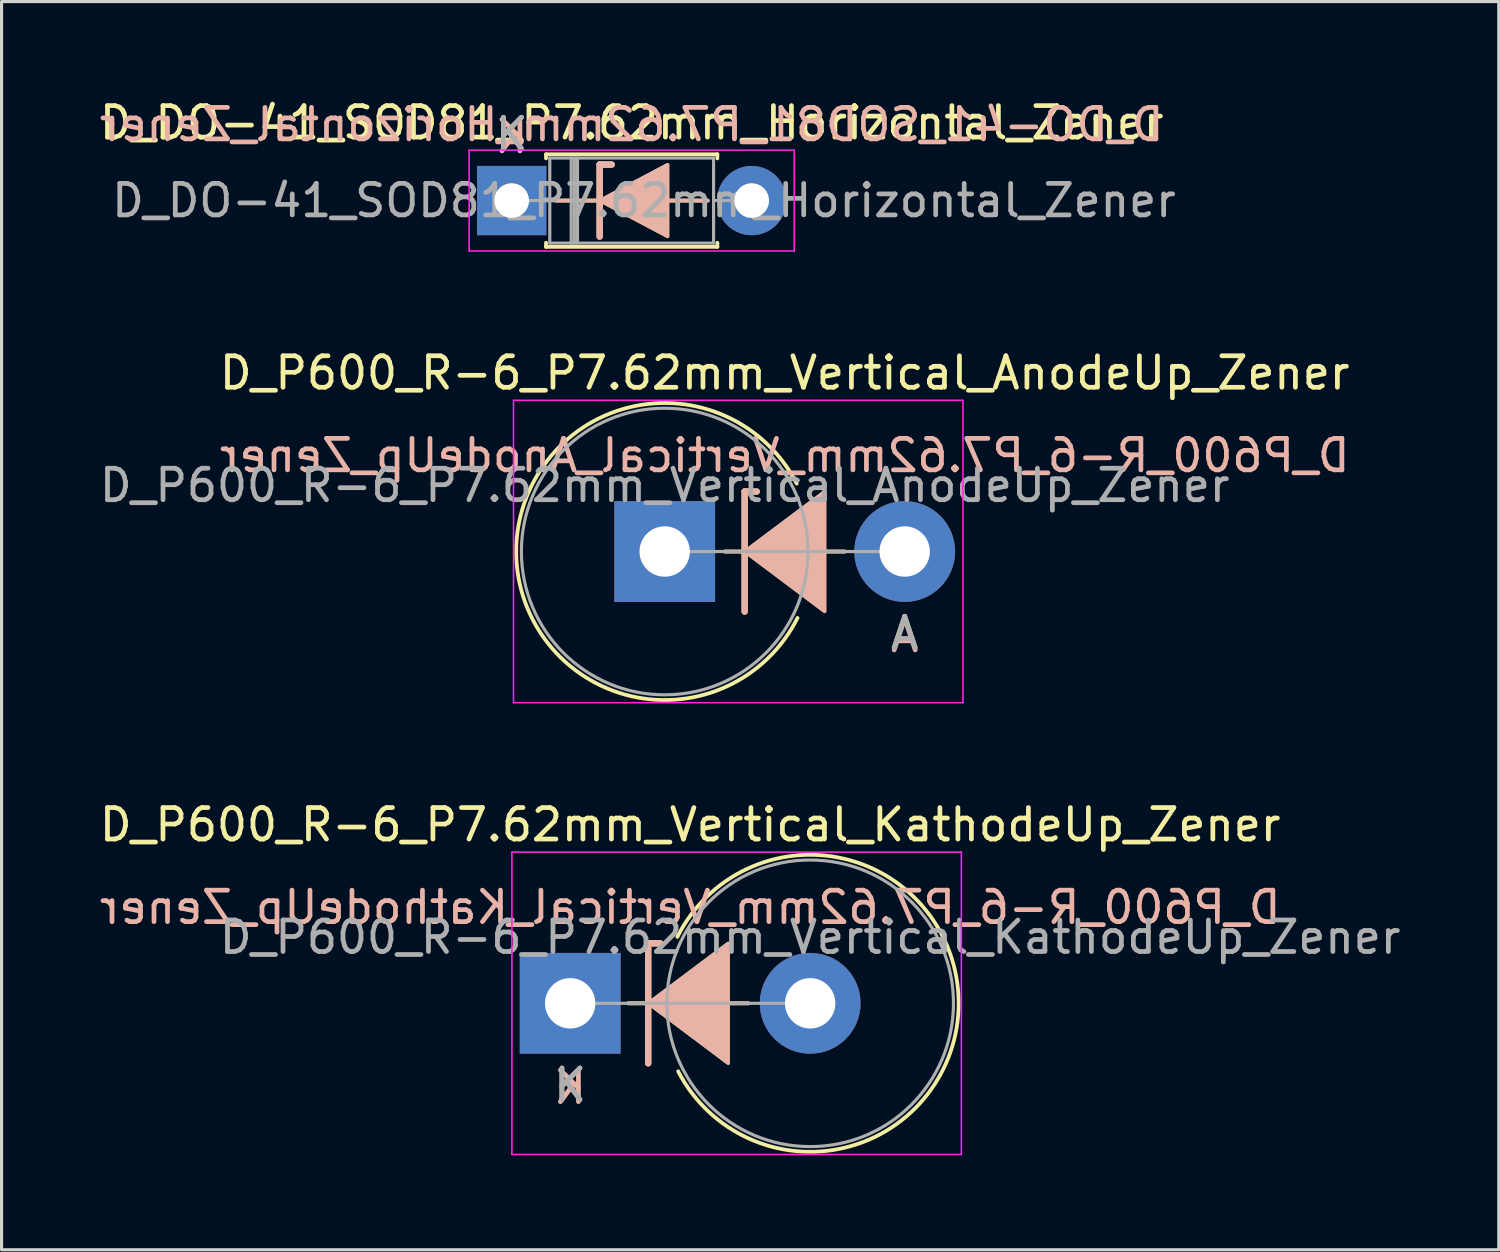
<source format=kicad_pcb>
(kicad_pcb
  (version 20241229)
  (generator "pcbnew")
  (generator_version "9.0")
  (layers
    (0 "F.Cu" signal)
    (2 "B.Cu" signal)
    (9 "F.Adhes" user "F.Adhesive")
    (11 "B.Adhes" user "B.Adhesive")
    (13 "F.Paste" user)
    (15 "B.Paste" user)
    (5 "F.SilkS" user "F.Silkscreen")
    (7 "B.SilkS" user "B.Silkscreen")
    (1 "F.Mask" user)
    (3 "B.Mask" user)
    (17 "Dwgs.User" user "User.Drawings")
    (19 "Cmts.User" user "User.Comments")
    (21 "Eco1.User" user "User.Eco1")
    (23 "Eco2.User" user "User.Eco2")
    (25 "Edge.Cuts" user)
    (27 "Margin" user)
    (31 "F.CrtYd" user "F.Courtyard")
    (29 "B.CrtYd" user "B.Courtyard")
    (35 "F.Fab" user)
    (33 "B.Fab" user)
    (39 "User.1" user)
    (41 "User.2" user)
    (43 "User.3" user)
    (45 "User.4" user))
  (footprint "D_DO-41_SOD81_P7.62mm_Horizontal_Zener"
    (layer "F.Cu")
    (at 13.196 3.318)
    (property "Reference" "D_DO-41_SOD81_P7.62mm_Horizontal_Zener" (at 3.81 -2.47 0) (layer "F.SilkS") (effects (font (size 1 1) (thickness 0.15))))
    (fp_line (start 1.09 -1.47) (end 6.53 -1.47) (stroke (width 0.12) (type solid)) (layer "F.SilkS"))
    (fp_line (start 1.09 -1.34) (end 1.09 -1.47) (stroke (width 0.12) (type solid)) (layer "F.SilkS"))
    (fp_line (start 1.09 1.34) (end 1.09 1.47) (stroke (width 0.12) (type solid)) (layer "F.SilkS"))
    (fp_line (start 1.09 1.47) (end 6.53 1.47) (stroke (width 0.12) (type solid)) (layer "F.SilkS"))
    (fp_line (start 2.794 -1.143) (end 2.794 1.143) (stroke (width 0.2) (type solid)) (layer "F.SilkS"))
    (fp_line (start 2.794 -1.143) (end 3.175 -1.143) (stroke (width 0.2) (type solid)) (layer "F.SilkS"))
    (fp_line (start 2.794 0) (end 1.397 0) (stroke (width 0.12) (type solid)) (layer "F.SilkS"))
    (fp_line (start 4.953 0) (end 6.223 0) (stroke (width 0.12) (type solid)) (layer "F.SilkS"))
    (fp_line (start 6.53 -1.47) (end 6.53 -1.34) (stroke (width 0.12) (type solid)) (layer "F.SilkS"))
    (fp_line (start 6.53 1.47) (end 6.53 1.34) (stroke (width 0.12) (type solid)) (layer "F.SilkS"))
    (fp_poly (pts (xy 4.953 1.143) (xy 2.794 0) (xy 4.953 -1.143)) (stroke (width 0.1) (type solid)) (fill yes) (layer "F.SilkS"))
    (fp_line (start 2.794 -1.143) (end 3.175 -1.143) (stroke (width 0.2) (type solid)) (layer "B.SilkS"))
    (fp_line (start 2.794 0) (end 1.397 0) (stroke (width 0.12) (type solid)) (layer "B.SilkS"))
    (fp_line (start 2.794 1.143) (end 2.794 -1.143) (stroke (width 0.2) (type solid)) (layer "B.SilkS"))
    (fp_line (start 4.953 0) (end 6.223 0) (stroke (width 0.12) (type solid)) (layer "B.SilkS"))
    (fp_poly (pts (xy 4.953 -1.143) (xy 2.794 0) (xy 4.953 1.143)) (stroke (width 0.1) (type solid)) (fill yes) (layer "B.SilkS"))
    (fp_line (start -1.35 -1.6) (end -1.35 1.6) (stroke (width 0.05) (type solid)) (layer "F.CrtYd"))
    (fp_line (start -1.35 1.6) (end 8.97 1.6) (stroke (width 0.05) (type solid)) (layer "F.CrtYd"))
    (fp_line (start 8.97 -1.6) (end -1.35 -1.6) (stroke (width 0.05) (type solid)) (layer "F.CrtYd"))
    (fp_line (start 8.97 1.6) (end 8.97 -1.6) (stroke (width 0.05) (type solid)) (layer "F.CrtYd"))
    (fp_line (start 0 0) (end 1.21 0) (stroke (width 0.1) (type solid)) (layer "F.Fab"))
    (fp_line (start 1.21 -1.35) (end 1.21 1.35) (stroke (width 0.1) (type solid)) (layer "F.Fab"))
    (fp_line (start 1.21 1.35) (end 6.41 1.35) (stroke (width 0.1) (type solid)) (layer "F.Fab"))
    (fp_line (start 1.89 -1.35) (end 1.89 1.35) (stroke (width 0.1) (type solid)) (layer "F.Fab"))
    (fp_line (start 1.99 -1.35) (end 1.99 1.35) (stroke (width 0.1) (type solid)) (layer "F.Fab"))
    (fp_line (start 2.09 -1.35) (end 2.09 1.35) (stroke (width 0.1) (type solid)) (layer "F.Fab"))
    (fp_line (start 6.41 -1.35) (end 1.21 -1.35) (stroke (width 0.1) (type solid)) (layer "F.Fab"))
    (fp_line (start 6.41 1.35) (end 6.41 -1.35) (stroke (width 0.1) (type solid)) (layer "F.Fab"))
    (fp_line (start 7.62 0) (end 6.41 0) (stroke (width 0.1) (type solid)) (layer "F.Fab"))
    (fp_text user "K" (at 0 -2.1 0) (layer "F.SilkS") (effects (font (size 1 1) (thickness 0.15))))
    (fp_text user "${REFERENCE}" (at 3.81 -2.413 0) (layer "B.SilkS") (effects (font (size 1 1) (thickness 0.15)) (justify mirror)))
    (fp_text user "K" (at 0 -2.032 0) (layer "B.SilkS") (effects (font (size 1 1) (thickness 0.15)) (justify mirror)))
    (fp_text user "${REFERENCE}" (at 4.2 0 0) (layer "F.Fab") (effects (font (size 1 1) (thickness 0.15))))
    (fp_text user "K" (at 0 -2.1 0) (layer "F.Fab") (effects (font (size 1 1) (thickness 0.15))))
    (pad "1" thru_hole rect (at 0 0) (size 2.2 2.2) (drill 1.1) (layers "*.Cu" "*.Mask"))
    (pad "2" thru_hole oval (at 7.62 0) (size 2.2 2.2) (drill 1.1) (layers "*.Cu" "*.Mask")))
  (footprint "D_P600_R-6_P7.62mm_Vertical_KathodeUp_Zener"
    (layer "F.Cu")
    (at 15.053 28.805)
    (property "Reference" "D_P600_R-6_P7.62mm_Vertical_KathodeUp_Zener" (at 3.81 -5.67 0) (layer "F.SilkS") (effects (font (size 1 1) (thickness 0.15))))
    (fp_line (start 1.841 0) (end 5.657 0) (stroke (width 0.12) (type solid)) (layer "F.SilkS"))
    (fp_line (start 2.477 -1.905) (end 2.477 1.905) (stroke (width 0.2) (type solid)) (layer "F.SilkS"))
    (fp_line (start 2.477 -1.905) (end 2.857 -1.905) (stroke (width 0.2) (type solid)) (layer "F.SilkS"))
    (fp_arc (start 3.403294 -2.108352) (mid 12.334333 -0.028397) (end 3.429 2.159) (stroke (width 0.12) (type solid)) (layer "F.SilkS"))
    (fp_poly (pts (xy 5.016 1.905) (xy 2.477 0) (xy 5.016 -1.905)) (stroke (width 0.1) (type solid)) (fill yes) (layer "F.SilkS"))
    (fp_line (start 1.841 0) (end 5.657 0) (stroke (width 0.12) (type solid)) (layer "B.SilkS"))
    (fp_line (start 2.477 -1.905) (end 2.857 -1.905) (stroke (width 0.2) (type solid)) (layer "B.SilkS"))
    (fp_line (start 2.477 1.905) (end 2.477 -1.905) (stroke (width 0.2) (type solid)) (layer "B.SilkS"))
    (fp_poly (pts (xy 5.016 -1.905) (xy 2.477 0) (xy 5.016 1.905)) (stroke (width 0.1) (type solid)) (fill yes) (layer "B.SilkS"))
    (fp_line (start -1.85 -4.8) (end -1.85 4.8) (stroke (width 0.05) (type solid)) (layer "F.CrtYd"))
    (fp_line (start -1.85 4.8) (end 12.42 4.8) (stroke (width 0.05) (type solid)) (layer "F.CrtYd"))
    (fp_line (start 12.42 -4.8) (end -1.85 -4.8) (stroke (width 0.05) (type solid)) (layer "F.CrtYd"))
    (fp_line (start 12.42 4.8) (end 12.42 -4.8) (stroke (width 0.05) (type solid)) (layer "F.CrtYd"))
    (fp_line (start 0 0) (end 7.62 0) (stroke (width 0.1) (type solid)) (layer "F.Fab"))
    (fp_circle (center 7.62 0) (end 12.17 0) (stroke (width 0.1) (type solid)) (fill no) (layer "F.Fab"))
    (fp_text user "K" (at 0 2.6 0) (layer "F.SilkS") (effects (font (size 1 1) (thickness 0.15))))
    (fp_text user "K" (at 0 2.667 0) (layer "B.SilkS") (effects (font (size 1 1) (thickness 0.15)) (justify mirror)))
    (fp_text user "${REFERENCE}" (at 3.81 -3.048 0) (layer "B.SilkS") (effects (font (size 1 1) (thickness 0.15)) (justify mirror)))
    (fp_text user "K" (at 0 2.6 0) (layer "F.Fab") (effects (font (size 1 1) (thickness 0.15))))
    (fp_text user "${REFERENCE}" (at 7.62 -2.1 0) (layer "F.Fab") (effects (font (size 1 1) (thickness 0.15))))
    (pad "1" thru_hole rect (at 0 0) (size 3.2 3.2) (drill 1.6) (layers "*.Cu" "*.Mask"))
    (pad "2" thru_hole oval (at 7.62 0) (size 3.2 3.2) (drill 1.6) (layers "*.Cu" "*.Mask")))
  (footprint "D_P600_R-6_P7.62mm_Vertical_AnodeUp_Zener"
    (layer "F.Cu")
    (at 18.054 14.461)
    (property "Reference" "D_P600_R-6_P7.62mm_Vertical_AnodeUp_Zener" (at 3.81 -5.67 0) (layer "F.SilkS") (effects (font (size 1 1) (thickness 0.15))))
    (fp_line (start 1.905 0) (end 5.72 0) (stroke (width 0.12) (type solid)) (layer "F.SilkS"))
    (fp_line (start 2.54 -1.905) (end 2.54 1.905) (stroke (width 0.2) (type solid)) (layer "F.SilkS"))
    (fp_line (start 2.54 -1.905) (end 2.921 -1.905) (stroke (width 0.2) (type solid)) (layer "F.SilkS"))
    (fp_arc (start 4.216705 2.108353) (mid -4.714334 0.028398) (end 4.190999 -2.158999) (stroke (width 0.12) (type solid)) (layer "F.SilkS"))
    (fp_poly (pts (xy 5.08 1.905) (xy 2.54 0) (xy 5.08 -1.905)) (stroke (width 0.1) (type solid)) (fill yes) (layer "F.SilkS"))
    (fp_line (start 1.905 0) (end 5.72 0) (stroke (width 0.12) (type solid)) (layer "B.SilkS"))
    (fp_line (start 2.54 -1.905) (end 2.921 -1.905) (stroke (width 0.2) (type solid)) (layer "B.SilkS"))
    (fp_line (start 2.54 1.905) (end 2.54 -1.905) (stroke (width 0.2) (type solid)) (layer "B.SilkS"))
    (fp_poly (pts (xy 5.08 -1.905) (xy 2.54 0) (xy 5.08 1.905)) (stroke (width 0.1) (type solid)) (fill yes) (layer "B.SilkS"))
    (fp_line (start -4.8 -4.8) (end -4.8 4.8) (stroke (width 0.05) (type solid)) (layer "F.CrtYd"))
    (fp_line (start -4.8 4.8) (end 9.47 4.8) (stroke (width 0.05) (type solid)) (layer "F.CrtYd"))
    (fp_line (start 9.47 -4.8) (end -4.8 -4.8) (stroke (width 0.05) (type solid)) (layer "F.CrtYd"))
    (fp_line (start 9.47 4.8) (end 9.47 -4.8) (stroke (width 0.05) (type solid)) (layer "F.CrtYd"))
    (fp_line (start 0 0) (end 7.62 0) (stroke (width 0.1) (type solid)) (layer "F.Fab"))
    (fp_circle (center 0 0) (end 4.55 0) (stroke (width 0.1) (type solid)) (fill no) (layer "F.Fab"))
    (fp_text user "A" (at 7.62 2.6 0) (layer "F.SilkS") (effects (font (size 1 1) (thickness 0.15))))
    (fp_text user "${REFERENCE}" (at 3.81 -3.048 0) (layer "B.SilkS") (effects (font (size 1 1) (thickness 0.15)) (justify mirror)))
    (fp_text user "A" (at 7.62 2.667 0) (layer "B.SilkS") (effects (font (size 1 1) (thickness 0.15)) (justify mirror)))
    (fp_text user "${REFERENCE}" (at 0 -2.1 0) (layer "F.Fab") (effects (font (size 1 1) (thickness 0.15))))
    (fp_text user "A" (at 7.62 2.6 0) (layer "F.Fab") (effects (font (size 1 1) (thickness 0.15))))
    (pad "1" thru_hole rect (at 0 0) (size 3.2 3.2) (drill 1.6) (layers "*.Cu" "*.Mask"))
    (pad "2" thru_hole oval (at 7.62 0) (size 3.2 3.2) (drill 1.6) (layers "*.Cu" "*.Mask")))
  (gr_rect
    (start -3 -3)
    (end 44.536 36.63)
    (stroke (width 0.1) (type default))
    (fill no)
    (layer "Edge.Cuts")))
</source>
